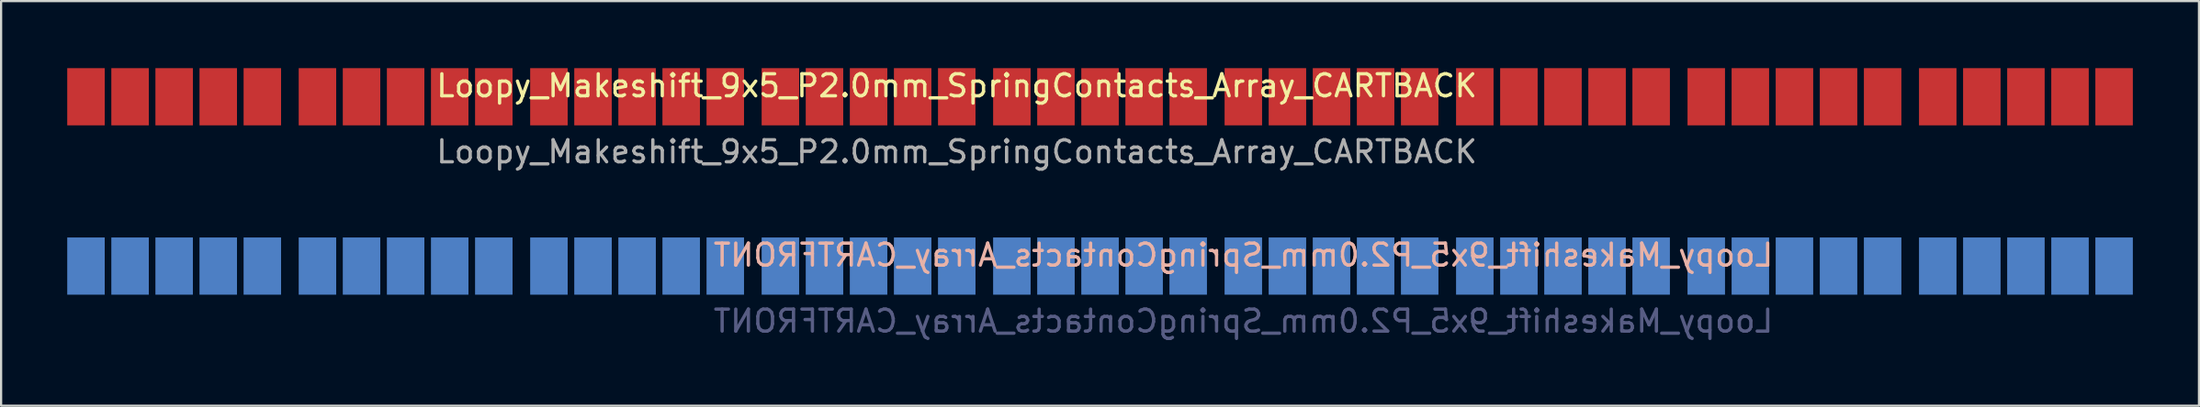
<source format=kicad_pcb>
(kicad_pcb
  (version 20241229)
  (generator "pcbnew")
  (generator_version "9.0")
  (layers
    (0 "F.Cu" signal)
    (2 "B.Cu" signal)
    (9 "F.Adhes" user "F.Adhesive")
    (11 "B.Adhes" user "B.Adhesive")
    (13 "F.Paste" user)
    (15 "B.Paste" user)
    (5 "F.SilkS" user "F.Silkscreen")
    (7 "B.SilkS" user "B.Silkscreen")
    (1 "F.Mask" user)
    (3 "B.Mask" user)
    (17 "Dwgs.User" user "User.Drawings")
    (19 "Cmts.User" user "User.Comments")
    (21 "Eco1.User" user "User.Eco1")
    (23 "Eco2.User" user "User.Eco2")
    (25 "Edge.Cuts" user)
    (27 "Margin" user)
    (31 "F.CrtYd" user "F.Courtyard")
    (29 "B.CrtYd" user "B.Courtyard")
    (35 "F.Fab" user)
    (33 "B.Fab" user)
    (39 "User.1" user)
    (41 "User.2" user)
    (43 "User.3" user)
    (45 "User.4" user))
  (footprint "Loopy_Makeshift_9x5_P2.0mm_SpringContacts_Array_CARTBACK"
    (layer "F.Cu")
    (at 40.35 1.348)
    (property "Reference" "Loopy_Makeshift_9x5_P2.0mm_SpringContacts_Array_CARTBACK" (at 0 -0.5 0) (unlocked yes) (layer "F.SilkS") (effects (font (size 1 1) (thickness 0.15))))
    (attr smd)
    (fp_text user "${REFERENCE}" (at 0 2.5 0) (unlocked yes) (layer "F.Fab") (effects (font (size 1 1) (thickness 0.15))))
    (pad "1" smd rect (at 52.5 0 90) (size 2.6 1.7) (layers "F.Cu" "F.Mask" "F.Paste"))
    (pad "2" smd rect (at 50.5 0 90) (size 2.6 1.7) (layers "F.Cu" "F.Mask" "F.Paste"))
    (pad "3" smd rect (at 48.5 0 90) (size 2.6 1.7) (layers "F.Cu" "F.Mask" "F.Paste"))
    (pad "4" smd rect (at 46.5 0 90) (size 2.6 1.7) (layers "F.Cu" "F.Mask" "F.Paste"))
    (pad "5" smd rect (at 44.5 0 90) (size 2.6 1.7) (layers "F.Cu" "F.Mask" "F.Paste"))
    (pad "6" smd rect (at 42 0 90) (size 2.6 1.7) (layers "F.Cu" "F.Mask" "F.Paste"))
    (pad "7" smd rect (at 40 0 90) (size 2.6 1.7) (layers "F.Cu" "F.Mask" "F.Paste"))
    (pad "8" smd rect (at 38 0 90) (size 2.6 1.7) (layers "F.Cu" "F.Mask" "F.Paste"))
    (pad "9" smd rect (at 36 0 90) (size 2.6 1.7) (layers "F.Cu" "F.Mask" "F.Paste"))
    (pad "10" smd rect (at 34 0 90) (size 2.6 1.7) (layers "F.Cu" "F.Mask" "F.Paste"))
    (pad "11" smd rect (at 31.5 0 90) (size 2.6 1.7) (layers "F.Cu" "F.Mask" "F.Paste"))
    (pad "12" smd rect (at 29.5 0 90) (size 2.6 1.7) (layers "F.Cu" "F.Mask" "F.Paste"))
    (pad "13" smd rect (at 27.5 0 90) (size 2.6 1.7) (layers "F.Cu" "F.Mask" "F.Paste"))
    (pad "14" smd rect (at 25.5 0 90) (size 2.6 1.7) (layers "F.Cu" "F.Mask" "F.Paste"))
    (pad "15" smd rect (at 23.5 0 90) (size 2.6 1.7) (layers "F.Cu" "F.Mask" "F.Paste"))
    (pad "16" smd rect (at 21 0 90) (size 2.6 1.7) (layers "F.Cu" "F.Mask" "F.Paste"))
    (pad "17" smd rect (at 19 0 90) (size 2.6 1.7) (layers "F.Cu" "F.Mask" "F.Paste"))
    (pad "18" smd rect (at 17 0 90) (size 2.6 1.7) (layers "F.Cu" "F.Mask" "F.Paste"))
    (pad "19" smd rect (at 15 0 90) (size 2.6 1.7) (layers "F.Cu" "F.Mask" "F.Paste"))
    (pad "20" smd rect (at 13 0 90) (size 2.6 1.7) (layers "F.Cu" "F.Mask" "F.Paste"))
    (pad "21" smd rect (at 10.5 0 90) (size 2.6 1.7) (layers "F.Cu" "F.Mask" "F.Paste"))
    (pad "22" smd rect (at 8.5 0 90) (size 2.6 1.7) (layers "F.Cu" "F.Mask" "F.Paste"))
    (pad "23" smd rect (at 6.5 0 90) (size 2.6 1.7) (layers "F.Cu" "F.Mask" "F.Paste"))
    (pad "24" smd rect (at 4.5 0 90) (size 2.6 1.7) (layers "F.Cu" "F.Mask" "F.Paste"))
    (pad "25" smd rect (at 2.5 0 90) (size 2.6 1.7) (layers "F.Cu" "F.Mask" "F.Paste"))
    (pad "26" smd rect (at 0 0 90) (size 2.6 1.7) (layers "F.Cu" "F.Mask" "F.Paste"))
    (pad "27" smd rect (at -2 0 90) (size 2.6 1.7) (layers "F.Cu" "F.Mask" "F.Paste"))
    (pad "28" smd rect (at -4 0 90) (size 2.6 1.7) (layers "F.Cu" "F.Mask" "F.Paste"))
    (pad "29" smd rect (at -6 0 90) (size 2.6 1.7) (layers "F.Cu" "F.Mask" "F.Paste"))
    (pad "30" smd rect (at -8 0 90) (size 2.6 1.7) (layers "F.Cu" "F.Mask" "F.Paste"))
    (pad "31" smd rect (at -10.5 0 90) (size 2.6 1.7) (layers "F.Cu" "F.Mask" "F.Paste"))
    (pad "32" smd rect (at -12.5 0 90) (size 2.6 1.7) (layers "F.Cu" "F.Mask" "F.Paste"))
    (pad "33" smd rect (at -14.5 0 90) (size 2.6 1.7) (layers "F.Cu" "F.Mask" "F.Paste"))
    (pad "34" smd rect (at -16.5 0 90) (size 2.6 1.7) (layers "F.Cu" "F.Mask" "F.Paste"))
    (pad "35" smd rect (at -18.5 0 90) (size 2.6 1.7) (layers "F.Cu" "F.Mask" "F.Paste"))
    (pad "36" smd rect (at -21 0 90) (size 2.6 1.7) (layers "F.Cu" "F.Mask" "F.Paste"))
    (pad "37" smd rect (at -23 0 90) (size 2.6 1.7) (layers "F.Cu" "F.Mask" "F.Paste"))
    (pad "38" smd rect (at -25 0 90) (size 2.6 1.7) (layers "F.Cu" "F.Mask" "F.Paste"))
    (pad "39" smd rect (at -27 0 90) (size 2.6 1.7) (layers "F.Cu" "F.Mask" "F.Paste"))
    (pad "40" smd rect (at -29 0 90) (size 2.6 1.7) (layers "F.Cu" "F.Mask" "F.Paste"))
    (pad "41" smd rect (at -31.5 0 90) (size 2.6 1.7) (layers "F.Cu" "F.Mask" "F.Paste"))
    (pad "42" smd rect (at -33.5 0 90) (size 2.6 1.7) (layers "F.Cu" "F.Mask" "F.Paste"))
    (pad "43" smd rect (at -35.5 0 90) (size 2.6 1.7) (layers "F.Cu" "F.Mask" "F.Paste"))
    (pad "44" smd rect (at -37.5 0 90) (size 2.6 1.7) (layers "F.Cu" "F.Mask" "F.Paste"))
    (pad "45" smd rect (at -39.5 0 90) (size 2.6 1.7) (layers "F.Cu" "F.Mask" "F.Paste")))
  (footprint "Loopy_Makeshift_9x5_P2.0mm_SpringContacts_Array_CARTFRONT"
    (layer "F.Cu")
    (at 53.35 9.045)
    (property "Reference" "Loopy_Makeshift_9x5_P2.0mm_SpringContacts_Array_CARTFRONT" (at 0 -0.5 0) (unlocked yes) (layer "B.SilkS") (effects (font (size 1 1) (thickness 0.15)) (justify mirror)))
    (attr smd)
    (fp_text user "${REFERENCE}" (at 0 2.5 0) (unlocked yes) (layer "B.Fab") (effects (font (size 1 1) (thickness 0.15)) (justify mirror)))
    (pad "46" smd rect (at 39.5 0 270) (size 2.6 1.7) (layers "B.Cu" "B.Mask" "B.Paste"))
    (pad "47" smd rect (at 37.5 0 270) (size 2.6 1.7) (layers "B.Cu" "B.Mask" "B.Paste"))
    (pad "48" smd rect (at 35.5 0 270) (size 2.6 1.7) (layers "B.Cu" "B.Mask" "B.Paste"))
    (pad "49" smd rect (at 33.5 0 270) (size 2.6 1.7) (layers "B.Cu" "B.Mask" "B.Paste"))
    (pad "50" smd rect (at 31.5 0 270) (size 2.6 1.7) (layers "B.Cu" "B.Mask" "B.Paste"))
    (pad "51" smd rect (at 29 0 270) (size 2.6 1.7) (layers "B.Cu" "B.Mask" "B.Paste"))
    (pad "52" smd rect (at 27 0 270) (size 2.6 1.7) (layers "B.Cu" "B.Mask" "B.Paste"))
    (pad "53" smd rect (at 25 0 270) (size 2.6 1.7) (layers "B.Cu" "B.Mask" "B.Paste"))
    (pad "54" smd rect (at 23 0 270) (size 2.6 1.7) (layers "B.Cu" "B.Mask" "B.Paste"))
    (pad "55" smd rect (at 21 0 270) (size 2.6 1.7) (layers "B.Cu" "B.Mask" "B.Paste"))
    (pad "56" smd rect (at 18.5 0 270) (size 2.6 1.7) (layers "B.Cu" "B.Mask" "B.Paste"))
    (pad "57" smd rect (at 16.5 0 270) (size 2.6 1.7) (layers "B.Cu" "B.Mask" "B.Paste"))
    (pad "58" smd rect (at 14.5 0 270) (size 2.6 1.7) (layers "B.Cu" "B.Mask" "B.Paste"))
    (pad "59" smd rect (at 12.5 0 270) (size 2.6 1.7) (layers "B.Cu" "B.Mask" "B.Paste"))
    (pad "60" smd rect (at 10.5 0 270) (size 2.6 1.7) (layers "B.Cu" "B.Mask" "B.Paste"))
    (pad "61" smd rect (at 8 0 270) (size 2.6 1.7) (layers "B.Cu" "B.Mask" "B.Paste"))
    (pad "62" smd rect (at 6 0 270) (size 2.6 1.7) (layers "B.Cu" "B.Mask" "B.Paste"))
    (pad "63" smd rect (at 4 0 270) (size 2.6 1.7) (layers "B.Cu" "B.Mask" "B.Paste"))
    (pad "64" smd rect (at 2 0 270) (size 2.6 1.7) (layers "B.Cu" "B.Mask" "B.Paste"))
    (pad "65" smd rect (at 0 0 270) (size 2.6 1.7) (layers "B.Cu" "B.Mask" "B.Paste"))
    (pad "66" smd rect (at -2.5 0 270) (size 2.6 1.7) (layers "B.Cu" "B.Mask" "B.Paste"))
    (pad "67" smd rect (at -4.5 0 270) (size 2.6 1.7) (layers "B.Cu" "B.Mask" "B.Paste"))
    (pad "68" smd rect (at -6.5 0 270) (size 2.6 1.7) (layers "B.Cu" "B.Mask" "B.Paste"))
    (pad "69" smd rect (at -8.5 0 270) (size 2.6 1.7) (layers "B.Cu" "B.Mask" "B.Paste"))
    (pad "70" smd rect (at -10.5 0 270) (size 2.6 1.7) (layers "B.Cu" "B.Mask" "B.Paste"))
    (pad "71" smd rect (at -13 0 270) (size 2.6 1.7) (layers "B.Cu" "B.Mask" "B.Paste"))
    (pad "72" smd rect (at -15 0 270) (size 2.6 1.7) (layers "B.Cu" "B.Mask" "B.Paste"))
    (pad "73" smd rect (at -17 0 270) (size 2.6 1.7) (layers "B.Cu" "B.Mask" "B.Paste"))
    (pad "74" smd rect (at -19 0 270) (size 2.6 1.7) (layers "B.Cu" "B.Mask" "B.Paste"))
    (pad "75" smd rect (at -21 0 270) (size 2.6 1.7) (layers "B.Cu" "B.Mask" "B.Paste"))
    (pad "76" smd rect (at -23.5 0 270) (size 2.6 1.7) (layers "B.Cu" "B.Mask" "B.Paste"))
    (pad "77" smd rect (at -25.5 0 270) (size 2.6 1.7) (layers "B.Cu" "B.Mask" "B.Paste"))
    (pad "78" smd rect (at -27.5 0 270) (size 2.6 1.7) (layers "B.Cu" "B.Mask" "B.Paste"))
    (pad "79" smd rect (at -29.5 0 270) (size 2.6 1.7) (layers "B.Cu" "B.Mask" "B.Paste"))
    (pad "80" smd rect (at -31.5 0 270) (size 2.6 1.7) (layers "B.Cu" "B.Mask" "B.Paste"))
    (pad "81" smd rect (at -34 0 270) (size 2.6 1.7) (layers "B.Cu" "B.Mask" "B.Paste"))
    (pad "82" smd rect (at -36 0 270) (size 2.6 1.7) (layers "B.Cu" "B.Mask" "B.Paste"))
    (pad "83" smd rect (at -38 0 270) (size 2.6 1.7) (layers "B.Cu" "B.Mask" "B.Paste"))
    (pad "84" smd rect (at -40 0 270) (size 2.6 1.7) (layers "B.Cu" "B.Mask" "B.Paste"))
    (pad "85" smd rect (at -42 0 270) (size 2.6 1.7) (layers "B.Cu" "B.Mask" "B.Paste"))
    (pad "86" smd rect (at -44.5 0 270) (size 2.6 1.7) (layers "B.Cu" "B.Mask" "B.Paste"))
    (pad "87" smd rect (at -46.5 0 270) (size 2.6 1.7) (layers "B.Cu" "B.Mask" "B.Paste"))
    (pad "88" smd rect (at -48.5 0 270) (size 2.6 1.7) (layers "B.Cu" "B.Mask" "B.Paste"))
    (pad "89" smd rect (at -50.5 0 270) (size 2.6 1.7) (layers "B.Cu" "B.Mask" "B.Paste"))
    (pad "90" smd rect (at -52.5 0 270) (size 2.6 1.7) (layers "B.Cu" "B.Mask" "B.Paste")))
  (gr_rect
    (start -3 -3)
    (end 96.7 15.393)
    (stroke (width 0.1) (type default))
    (fill no)
    (layer "Edge.Cuts")))
</source>
